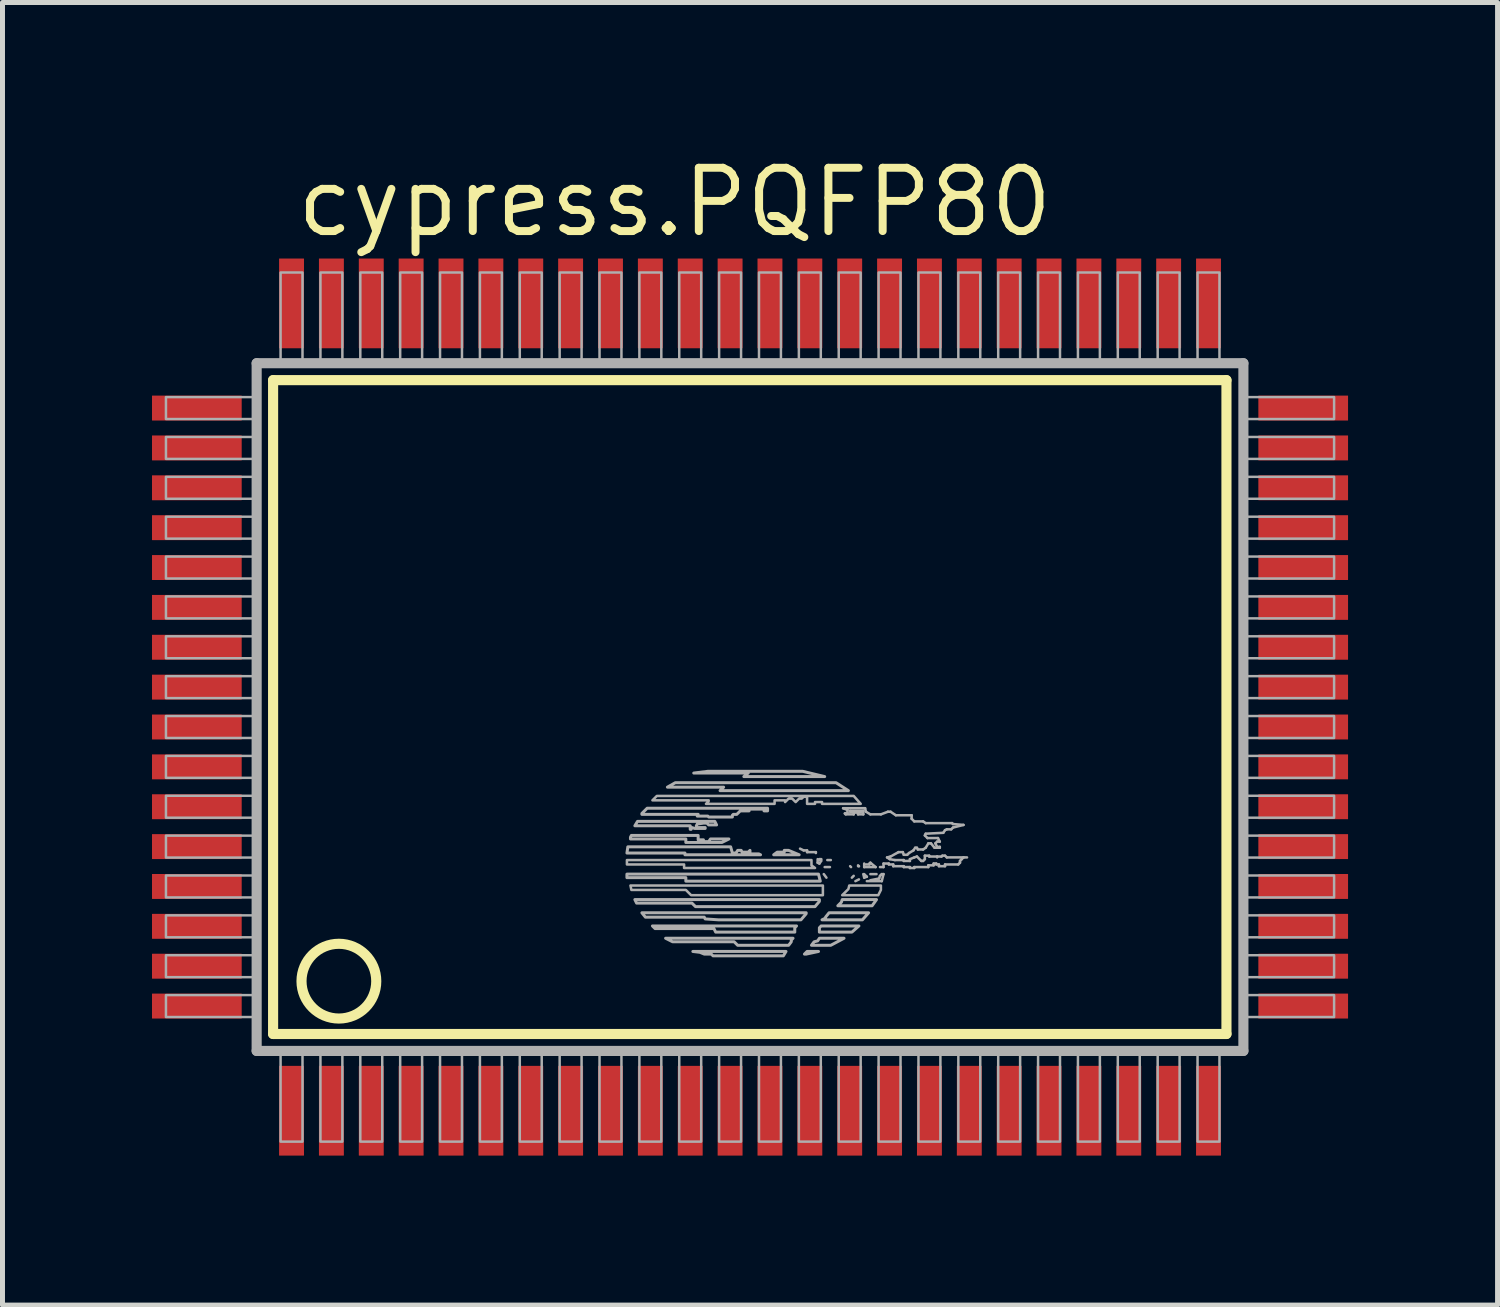
<source format=kicad_pcb>
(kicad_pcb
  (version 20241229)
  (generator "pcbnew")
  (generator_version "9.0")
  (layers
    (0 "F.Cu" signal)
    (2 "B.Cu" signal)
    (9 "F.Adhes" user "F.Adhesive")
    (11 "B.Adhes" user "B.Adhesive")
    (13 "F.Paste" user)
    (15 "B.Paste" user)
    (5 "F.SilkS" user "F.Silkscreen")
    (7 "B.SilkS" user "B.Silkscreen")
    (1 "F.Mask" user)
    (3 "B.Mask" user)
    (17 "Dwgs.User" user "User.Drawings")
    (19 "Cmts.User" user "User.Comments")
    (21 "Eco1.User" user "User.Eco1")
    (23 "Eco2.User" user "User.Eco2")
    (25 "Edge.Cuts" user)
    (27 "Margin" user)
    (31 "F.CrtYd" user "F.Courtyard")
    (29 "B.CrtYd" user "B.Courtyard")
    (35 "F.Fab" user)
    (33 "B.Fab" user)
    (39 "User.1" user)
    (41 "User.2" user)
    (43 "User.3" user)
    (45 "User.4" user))
  (footprint "cypress.PQFP80"
    (layer "F.Cu")
    (at 12 11.138)
    (property "Reference" "cypress.PQFP80" (at -9.176 -9.388 0) (layer "F.SilkS") (effects (font (size 1.27 1.27) (thickness 0.16)) (justify left bottom)))
    (attr smd)
    (fp_line (start -9.57 -6.56) (end 9.56 -6.56) (stroke (width 0.203) (type default)) (layer "F.SilkS"))
    (fp_line (start -9.57 6.56) (end -9.57 -6.56) (stroke (width 0.203) (type default)) (layer "F.SilkS"))
    (fp_line (start 9.56 -6.56) (end 9.56 6.56) (stroke (width 0.203) (type default)) (layer "F.SilkS"))
    (fp_line (start 9.56 6.56) (end -9.57 6.56) (stroke (width 0.203) (type default)) (layer "F.SilkS"))
    (fp_circle (center -8.25 5.5) (end -7.5 5.5) (stroke (width 0.203) (type default)) (fill no) (layer "F.SilkS"))
    (fp_line (start -9.9 -6.9) (end -9.9 6.9) (stroke (width 0.203) (type default)) (layer "F.Fab"))
    (fp_line (start -9.9 6.9) (end 9.9 6.9) (stroke (width 0.203) (type default)) (layer "F.Fab"))
    (fp_line (start 1.075 2.876) (end 1.004 2.841) (stroke (width 0.051) (type default)) (layer "F.Fab"))
    (fp_line (start 1.145 2.876) (end 1.075 2.876) (stroke (width 0.051) (type default)) (layer "F.Fab"))
    (fp_line (start 1.145 2.911) (end 1.145 2.876) (stroke (width 0.051) (type default)) (layer "F.Fab"))
    (fp_line (start 1.321 2.911) (end 1.145 2.911) (stroke (width 0.051) (type default)) (layer "F.Fab"))
    (fp_line (start 1.321 2.929) (end 1.321 2.911) (stroke (width 0.051) (type default)) (layer "F.Fab"))
    (fp_line (start 1.357 3.052) (end 1.357 3.123) (stroke (width 0.051) (type default)) (layer "F.Fab"))
    (fp_line (start 1.357 3.123) (end 1.392 3.14) (stroke (width 0.051) (type default)) (layer "F.Fab"))
    (fp_line (start 1.392 3.052) (end 1.392 3.07) (stroke (width 0.051) (type default)) (layer "F.Fab"))
    (fp_line (start 1.392 3.14) (end 1.427 3.088) (stroke (width 0.051) (type default)) (layer "F.Fab"))
    (fp_line (start 1.427 3.052) (end 1.392 3.052) (stroke (width 0.051) (type default)) (layer "F.Fab"))
    (fp_line (start 1.427 3.088) (end 1.427 3.052) (stroke (width 0.051) (type default)) (layer "F.Fab"))
    (fp_line (start 1.48 3.352) (end 1.533 3.423) (stroke (width 0.051) (type default)) (layer "F.Fab"))
    (fp_line (start 1.498 3.211) (end 1.603 3.211) (stroke (width 0.051) (type default)) (layer "F.Fab"))
    (fp_line (start 1.551 3.07) (end 1.621 3.07) (stroke (width 0.051) (type default)) (layer "F.Fab"))
    (fp_line (start 1.868 2.03) (end 1.956 2.065) (stroke (width 0.051) (type default)) (layer "F.Fab"))
    (fp_line (start 1.903 2.135) (end 1.921 2.153) (stroke (width 0.051) (type default)) (layer "F.Fab"))
    (fp_line (start 1.921 2.153) (end 2.08 2.153) (stroke (width 0.051) (type default)) (layer "F.Fab"))
    (fp_line (start 1.956 2.065) (end 1.956 2.118) (stroke (width 0.051) (type default)) (layer "F.Fab"))
    (fp_line (start 1.956 2.118) (end 1.903 2.135) (stroke (width 0.051) (type default)) (layer "F.Fab"))
    (fp_line (start 2.009 2.083) (end 2.009 2.1) (stroke (width 0.051) (type default)) (layer "F.Fab"))
    (fp_line (start 2.009 2.1) (end 2.238 2.1) (stroke (width 0.051) (type default)) (layer "F.Fab"))
    (fp_line (start 2.009 3.193) (end 2.027 3.211) (stroke (width 0.051) (type default)) (layer "F.Fab"))
    (fp_line (start 2.08 2.118) (end 2.168 2.118) (stroke (width 0.051) (type default)) (layer "F.Fab"))
    (fp_line (start 2.08 2.153) (end 2.08 2.118) (stroke (width 0.051) (type default)) (layer "F.Fab"))
    (fp_line (start 2.08 3.387) (end 2.044 3.423) (stroke (width 0.051) (type default)) (layer "F.Fab"))
    (fp_line (start 2.115 3.493) (end 2.185 3.458) (stroke (width 0.051) (type default)) (layer "F.Fab"))
    (fp_line (start 2.168 2.118) (end 2.168 2.153) (stroke (width 0.051) (type default)) (layer "F.Fab"))
    (fp_line (start 2.168 2.153) (end 2.273 2.153) (stroke (width 0.051) (type default)) (layer "F.Fab"))
    (fp_line (start 2.168 3.176) (end 2.185 3.193) (stroke (width 0.051) (type default)) (layer "F.Fab"))
    (fp_line (start 2.185 3.193) (end 2.168 3.193) (stroke (width 0.051) (type default)) (layer "F.Fab"))
    (fp_line (start 2.273 2.083) (end 2.009 2.083) (stroke (width 0.051) (type default)) (layer "F.Fab"))
    (fp_line (start 2.273 2.153) (end 2.273 2.083) (stroke (width 0.051) (type default)) (layer "F.Fab"))
    (fp_line (start 2.273 3.352) (end 2.291 3.423) (stroke (width 0.051) (type default)) (layer "F.Fab"))
    (fp_line (start 2.291 3.14) (end 2.291 3.211) (stroke (width 0.051) (type default)) (layer "F.Fab"))
    (fp_line (start 2.291 3.211) (end 2.52 3.211) (stroke (width 0.051) (type default)) (layer "F.Fab"))
    (fp_line (start 2.291 3.423) (end 2.344 3.405) (stroke (width 0.051) (type default)) (layer "F.Fab"))
    (fp_line (start 2.309 2.03) (end 1.868 2.03) (stroke (width 0.051) (type default)) (layer "F.Fab"))
    (fp_line (start 2.326 2.1) (end 2.309 2.03) (stroke (width 0.051) (type default)) (layer "F.Fab"))
    (fp_line (start 2.344 3.405) (end 2.291 3.352) (stroke (width 0.051) (type default)) (layer "F.Fab"))
    (fp_line (start 2.344 3.493) (end 2.644 3.493) (stroke (width 0.051) (type default)) (layer "F.Fab"))
    (fp_line (start 2.397 3.14) (end 2.397 3.158) (stroke (width 0.051) (type default)) (layer "F.Fab"))
    (fp_line (start 2.397 3.158) (end 2.326 3.158) (stroke (width 0.051) (type default)) (layer "F.Fab"))
    (fp_line (start 2.415 2.153) (end 2.326 2.1) (stroke (width 0.051) (type default)) (layer "F.Fab"))
    (fp_line (start 2.415 3.123) (end 2.397 3.14) (stroke (width 0.051) (type default)) (layer "F.Fab"))
    (fp_line (start 2.415 3.352) (end 2.538 3.352) (stroke (width 0.051) (type default)) (layer "F.Fab"))
    (fp_line (start 2.52 3.211) (end 2.415 3.123) (stroke (width 0.051) (type default)) (layer "F.Fab"))
    (fp_line (start 2.591 3.44) (end 2.415 3.475) (stroke (width 0.051) (type default)) (layer "F.Fab"))
    (fp_line (start 2.608 3.211) (end 2.679 3.211) (stroke (width 0.051) (type default)) (layer "F.Fab"))
    (fp_line (start 2.608 3.387) (end 2.591 3.44) (stroke (width 0.051) (type default)) (layer "F.Fab"))
    (fp_line (start 2.626 2.153) (end 2.415 2.153) (stroke (width 0.051) (type default)) (layer "F.Fab"))
    (fp_line (start 2.644 3.352) (end 2.608 3.387) (stroke (width 0.051) (type default)) (layer "F.Fab"))
    (fp_line (start 2.644 3.493) (end 2.679 3.352) (stroke (width 0.051) (type default)) (layer "F.Fab"))
    (fp_line (start 2.679 3.14) (end 2.785 3.14) (stroke (width 0.051) (type default)) (layer "F.Fab"))
    (fp_line (start 2.679 3.211) (end 2.679 3.14) (stroke (width 0.051) (type default)) (layer "F.Fab"))
    (fp_line (start 2.679 3.352) (end 2.644 3.352) (stroke (width 0.051) (type default)) (layer "F.Fab"))
    (fp_line (start 2.75 3.017) (end 2.82 2.999) (stroke (width 0.051) (type default)) (layer "F.Fab"))
    (fp_line (start 2.767 2.1) (end 2.626 2.153) (stroke (width 0.051) (type default)) (layer "F.Fab"))
    (fp_line (start 2.785 3.14) (end 2.785 3.158) (stroke (width 0.051) (type default)) (layer "F.Fab"))
    (fp_line (start 2.785 3.158) (end 2.873 3.158) (stroke (width 0.051) (type default)) (layer "F.Fab"))
    (fp_line (start 2.803 3.052) (end 2.75 3.017) (stroke (width 0.051) (type default)) (layer "F.Fab"))
    (fp_line (start 2.82 2.1) (end 2.767 2.1) (stroke (width 0.051) (type default)) (layer "F.Fab"))
    (fp_line (start 2.82 2.999) (end 2.979 2.911) (stroke (width 0.051) (type default)) (layer "F.Fab"))
    (fp_line (start 2.873 3.158) (end 2.873 3.193) (stroke (width 0.051) (type default)) (layer "F.Fab"))
    (fp_line (start 2.873 3.193) (end 3.085 3.193) (stroke (width 0.051) (type default)) (layer "F.Fab"))
    (fp_line (start 2.908 3.07) (end 2.803 3.052) (stroke (width 0.051) (type default)) (layer "F.Fab"))
    (fp_line (start 2.926 2.171) (end 2.82 2.1) (stroke (width 0.051) (type default)) (layer "F.Fab"))
    (fp_line (start 2.979 2.911) (end 3.067 2.911) (stroke (width 0.051) (type default)) (layer "F.Fab"))
    (fp_line (start 3.067 2.911) (end 3.085 2.964) (stroke (width 0.051) (type default)) (layer "F.Fab"))
    (fp_line (start 3.085 2.964) (end 3.155 2.964) (stroke (width 0.051) (type default)) (layer "F.Fab"))
    (fp_line (start 3.085 3.07) (end 2.908 3.07) (stroke (width 0.051) (type default)) (layer "F.Fab"))
    (fp_line (start 3.085 3.088) (end 3.085 3.07) (stroke (width 0.051) (type default)) (layer "F.Fab"))
    (fp_line (start 3.085 3.193) (end 3.085 3.211) (stroke (width 0.051) (type default)) (layer "F.Fab"))
    (fp_line (start 3.085 3.211) (end 3.208 3.211) (stroke (width 0.051) (type default)) (layer "F.Fab"))
    (fp_line (start 3.155 2.964) (end 3.19 2.929) (stroke (width 0.051) (type default)) (layer "F.Fab"))
    (fp_line (start 3.19 2.929) (end 3.279 2.876) (stroke (width 0.051) (type default)) (layer "F.Fab"))
    (fp_line (start 3.208 3.052) (end 3.208 3.088) (stroke (width 0.051) (type default)) (layer "F.Fab"))
    (fp_line (start 3.208 3.088) (end 3.085 3.088) (stroke (width 0.051) (type default)) (layer "F.Fab"))
    (fp_line (start 3.208 3.211) (end 3.208 3.229) (stroke (width 0.051) (type default)) (layer "F.Fab"))
    (fp_line (start 3.208 3.229) (end 3.296 3.229) (stroke (width 0.051) (type default)) (layer "F.Fab"))
    (fp_line (start 3.243 2.171) (end 2.926 2.171) (stroke (width 0.051) (type default)) (layer "F.Fab"))
    (fp_line (start 3.243 2.241) (end 3.243 2.171) (stroke (width 0.051) (type default)) (layer "F.Fab"))
    (fp_line (start 3.279 2.876) (end 3.314 2.823) (stroke (width 0.051) (type default)) (layer "F.Fab"))
    (fp_line (start 3.296 2.294) (end 3.243 2.241) (stroke (width 0.051) (type default)) (layer "F.Fab"))
    (fp_line (start 3.296 3.017) (end 3.208 3.052) (stroke (width 0.051) (type default)) (layer "F.Fab"))
    (fp_line (start 3.296 3.211) (end 3.578 3.211) (stroke (width 0.051) (type default)) (layer "F.Fab"))
    (fp_line (start 3.296 3.229) (end 3.296 3.211) (stroke (width 0.051) (type default)) (layer "F.Fab"))
    (fp_line (start 3.314 2.823) (end 3.349 2.823) (stroke (width 0.051) (type default)) (layer "F.Fab"))
    (fp_line (start 3.349 2.823) (end 3.367 2.858) (stroke (width 0.051) (type default)) (layer "F.Fab"))
    (fp_line (start 3.349 2.999) (end 3.296 3.017) (stroke (width 0.051) (type default)) (layer "F.Fab"))
    (fp_line (start 3.367 2.858) (end 3.473 2.858) (stroke (width 0.051) (type default)) (layer "F.Fab"))
    (fp_line (start 3.437 3.088) (end 3.349 2.999) (stroke (width 0.051) (type default)) (layer "F.Fab"))
    (fp_line (start 3.473 2.294) (end 3.296 2.294) (stroke (width 0.051) (type default)) (layer "F.Fab"))
    (fp_line (start 3.473 2.858) (end 3.525 2.823) (stroke (width 0.051) (type default)) (layer "F.Fab"))
    (fp_line (start 3.473 3.088) (end 3.437 3.088) (stroke (width 0.051) (type default)) (layer "F.Fab"))
    (fp_line (start 3.508 2.576) (end 3.525 2.541) (stroke (width 0.051) (type default)) (layer "F.Fab"))
    (fp_line (start 3.508 2.982) (end 3.508 3.052) (stroke (width 0.051) (type default)) (layer "F.Fab"))
    (fp_line (start 3.508 3.052) (end 3.473 3.088) (stroke (width 0.051) (type default)) (layer "F.Fab"))
    (fp_line (start 3.525 2.329) (end 3.473 2.294) (stroke (width 0.051) (type default)) (layer "F.Fab"))
    (fp_line (start 3.525 2.541) (end 3.878 2.523) (stroke (width 0.051) (type default)) (layer "F.Fab"))
    (fp_line (start 3.525 2.823) (end 3.578 2.735) (stroke (width 0.051) (type default)) (layer "F.Fab"))
    (fp_line (start 3.561 2.629) (end 3.508 2.576) (stroke (width 0.051) (type default)) (layer "F.Fab"))
    (fp_line (start 3.578 2.735) (end 3.631 2.735) (stroke (width 0.051) (type default)) (layer "F.Fab"))
    (fp_line (start 3.578 3.176) (end 3.684 3.176) (stroke (width 0.051) (type default)) (layer "F.Fab"))
    (fp_line (start 3.578 3.211) (end 3.578 3.176) (stroke (width 0.051) (type default)) (layer "F.Fab"))
    (fp_line (start 3.596 2.982) (end 3.508 2.982) (stroke (width 0.051) (type default)) (layer "F.Fab"))
    (fp_line (start 3.596 2.999) (end 3.596 2.982) (stroke (width 0.051) (type default)) (layer "F.Fab"))
    (fp_line (start 3.631 2.735) (end 3.702 2.823) (stroke (width 0.051) (type default)) (layer "F.Fab"))
    (fp_line (start 3.684 3.14) (end 3.737 3.14) (stroke (width 0.051) (type default)) (layer "F.Fab"))
    (fp_line (start 3.684 3.176) (end 3.684 3.14) (stroke (width 0.051) (type default)) (layer "F.Fab"))
    (fp_line (start 3.702 2.823) (end 3.808 2.823) (stroke (width 0.051) (type default)) (layer "F.Fab"))
    (fp_line (start 3.719 2.735) (end 3.755 2.7) (stroke (width 0.051) (type default)) (layer "F.Fab"))
    (fp_line (start 3.737 3.14) (end 3.737 3.158) (stroke (width 0.051) (type default)) (layer "F.Fab"))
    (fp_line (start 3.737 3.158) (end 3.79 3.158) (stroke (width 0.051) (type default)) (layer "F.Fab"))
    (fp_line (start 3.755 2.7) (end 3.808 2.7) (stroke (width 0.051) (type default)) (layer "F.Fab"))
    (fp_line (start 3.755 2.805) (end 3.719 2.735) (stroke (width 0.051) (type default)) (layer "F.Fab"))
    (fp_line (start 3.755 2.999) (end 3.596 2.999) (stroke (width 0.051) (type default)) (layer "F.Fab"))
    (fp_line (start 3.755 3.017) (end 3.755 2.999) (stroke (width 0.051) (type default)) (layer "F.Fab"))
    (fp_line (start 3.772 2.629) (end 3.561 2.629) (stroke (width 0.051) (type default)) (layer "F.Fab"))
    (fp_line (start 3.79 3.158) (end 3.79 3.193) (stroke (width 0.051) (type default)) (layer "F.Fab"))
    (fp_line (start 3.79 3.193) (end 3.913 3.193) (stroke (width 0.051) (type default)) (layer "F.Fab"))
    (fp_line (start 3.808 2.7) (end 3.772 2.629) (stroke (width 0.051) (type default)) (layer "F.Fab"))
    (fp_line (start 3.808 2.805) (end 3.755 2.805) (stroke (width 0.051) (type default)) (layer "F.Fab"))
    (fp_line (start 3.808 2.823) (end 3.808 2.805) (stroke (width 0.051) (type default)) (layer "F.Fab"))
    (fp_line (start 3.843 2.999) (end 3.755 2.999) (stroke (width 0.051) (type default)) (layer "F.Fab"))
    (fp_line (start 3.86 2.982) (end 3.843 2.999) (stroke (width 0.051) (type default)) (layer "F.Fab"))
    (fp_line (start 3.878 2.523) (end 3.913 2.47) (stroke (width 0.051) (type default)) (layer "F.Fab"))
    (fp_line (start 3.913 2.47) (end 3.949 2.453) (stroke (width 0.051) (type default)) (layer "F.Fab"))
    (fp_line (start 3.913 2.982) (end 3.86 2.982) (stroke (width 0.051) (type default)) (layer "F.Fab"))
    (fp_line (start 3.913 3.158) (end 4.178 3.158) (stroke (width 0.051) (type default)) (layer "F.Fab"))
    (fp_line (start 3.913 3.193) (end 3.913 3.158) (stroke (width 0.051) (type default)) (layer "F.Fab"))
    (fp_line (start 3.949 2.453) (end 4.037 2.453) (stroke (width 0.051) (type default)) (layer "F.Fab"))
    (fp_line (start 3.949 3.017) (end 3.913 2.982) (stroke (width 0.051) (type default)) (layer "F.Fab"))
    (fp_line (start 4.037 2.453) (end 4.072 2.418) (stroke (width 0.051) (type default)) (layer "F.Fab"))
    (fp_line (start 4.054 2.329) (end 3.525 2.329) (stroke (width 0.051) (type default)) (layer "F.Fab"))
    (fp_line (start 4.072 2.347) (end 4.054 2.329) (stroke (width 0.051) (type default)) (layer "F.Fab"))
    (fp_line (start 4.072 2.418) (end 4.284 2.365) (stroke (width 0.051) (type default)) (layer "F.Fab"))
    (fp_line (start 4.178 3.158) (end 4.213 3.123) (stroke (width 0.051) (type default)) (layer "F.Fab"))
    (fp_line (start 4.213 3.088) (end 4.248 3.052) (stroke (width 0.051) (type default)) (layer "F.Fab"))
    (fp_line (start 4.213 3.123) (end 4.213 3.088) (stroke (width 0.051) (type default)) (layer "F.Fab"))
    (fp_line (start 4.248 3.052) (end 4.284 3.017) (stroke (width 0.051) (type default)) (layer "F.Fab"))
    (fp_line (start 4.284 2.365) (end 4.072 2.347) (stroke (width 0.051) (type default)) (layer "F.Fab"))
    (fp_line (start 4.284 3.017) (end 3.949 3.017) (stroke (width 0.051) (type default)) (layer "F.Fab"))
    (fp_line (start 4.284 3.017) (end 4.354 3.017) (stroke (width 0.051) (type default)) (layer "F.Fab"))
    (fp_line (start 9.9 -6.9) (end -9.9 -6.9) (stroke (width 0.203) (type default)) (layer "F.Fab"))
    (fp_line (start 9.9 6.9) (end 9.9 -6.9) (stroke (width 0.203) (type default)) (layer "F.Fab"))
    (fp_rect (start -11.72 -5.78) (end -9.95 -6.22) (stroke (width 0.05) (type default)) (fill no) (layer "F.Fab"))
    (fp_rect (start -11.72 -4.98) (end -9.95 -5.42) (stroke (width 0.05) (type default)) (fill no) (layer "F.Fab"))
    (fp_rect (start -11.72 -4.18) (end -9.95 -4.62) (stroke (width 0.05) (type default)) (fill no) (layer "F.Fab"))
    (fp_rect (start -11.72 -3.38) (end -9.95 -3.82) (stroke (width 0.05) (type default)) (fill no) (layer "F.Fab"))
    (fp_rect (start -11.72 -2.58) (end -9.95 -3.02) (stroke (width 0.05) (type default)) (fill no) (layer "F.Fab"))
    (fp_rect (start -11.72 -1.78) (end -9.95 -2.22) (stroke (width 0.05) (type default)) (fill no) (layer "F.Fab"))
    (fp_rect (start -11.72 -0.98) (end -9.95 -1.42) (stroke (width 0.05) (type default)) (fill no) (layer "F.Fab"))
    (fp_rect (start -11.72 -0.18) (end -9.95 -0.62) (stroke (width 0.05) (type default)) (fill no) (layer "F.Fab"))
    (fp_rect (start -11.72 0.62) (end -9.95 0.18) (stroke (width 0.05) (type default)) (fill no) (layer "F.Fab"))
    (fp_rect (start -11.72 1.42) (end -9.95 0.98) (stroke (width 0.05) (type default)) (fill no) (layer "F.Fab"))
    (fp_rect (start -11.72 2.22) (end -9.95 1.78) (stroke (width 0.05) (type default)) (fill no) (layer "F.Fab"))
    (fp_rect (start -11.72 3.02) (end -9.95 2.58) (stroke (width 0.05) (type default)) (fill no) (layer "F.Fab"))
    (fp_rect (start -11.72 3.82) (end -9.95 3.38) (stroke (width 0.05) (type default)) (fill no) (layer "F.Fab"))
    (fp_rect (start -11.72 4.62) (end -9.95 4.18) (stroke (width 0.05) (type default)) (fill no) (layer "F.Fab"))
    (fp_rect (start -11.72 5.42) (end -9.95 4.98) (stroke (width 0.05) (type default)) (fill no) (layer "F.Fab"))
    (fp_rect (start -11.72 6.22) (end -9.95 5.78) (stroke (width 0.05) (type default)) (fill no) (layer "F.Fab"))
    (fp_rect (start -9.42 -6.95) (end -8.98 -8.72) (stroke (width 0.05) (type default)) (fill no) (layer "F.Fab"))
    (fp_rect (start -9.42 8.72) (end -8.98 6.95) (stroke (width 0.05) (type default)) (fill no) (layer "F.Fab"))
    (fp_rect (start -8.62 -6.95) (end -8.18 -8.72) (stroke (width 0.05) (type default)) (fill no) (layer "F.Fab"))
    (fp_rect (start -8.62 8.72) (end -8.18 6.95) (stroke (width 0.05) (type default)) (fill no) (layer "F.Fab"))
    (fp_rect (start -7.82 -6.95) (end -7.38 -8.72) (stroke (width 0.05) (type default)) (fill no) (layer "F.Fab"))
    (fp_rect (start -7.82 8.72) (end -7.38 6.95) (stroke (width 0.05) (type default)) (fill no) (layer "F.Fab"))
    (fp_rect (start -7.02 -6.95) (end -6.58 -8.72) (stroke (width 0.05) (type default)) (fill no) (layer "F.Fab"))
    (fp_rect (start -7.02 8.72) (end -6.58 6.95) (stroke (width 0.05) (type default)) (fill no) (layer "F.Fab"))
    (fp_rect (start -6.22 -6.95) (end -5.78 -8.72) (stroke (width 0.05) (type default)) (fill no) (layer "F.Fab"))
    (fp_rect (start -6.22 8.72) (end -5.78 6.95) (stroke (width 0.05) (type default)) (fill no) (layer "F.Fab"))
    (fp_rect (start -5.42 -6.95) (end -4.98 -8.72) (stroke (width 0.05) (type default)) (fill no) (layer "F.Fab"))
    (fp_rect (start -5.42 8.72) (end -4.98 6.95) (stroke (width 0.05) (type default)) (fill no) (layer "F.Fab"))
    (fp_rect (start -4.62 -6.95) (end -4.18 -8.72) (stroke (width 0.05) (type default)) (fill no) (layer "F.Fab"))
    (fp_rect (start -4.62 8.72) (end -4.18 6.95) (stroke (width 0.05) (type default)) (fill no) (layer "F.Fab"))
    (fp_rect (start -3.82 -6.95) (end -3.38 -8.72) (stroke (width 0.05) (type default)) (fill no) (layer "F.Fab"))
    (fp_rect (start -3.82 8.72) (end -3.38 6.95) (stroke (width 0.05) (type default)) (fill no) (layer "F.Fab"))
    (fp_rect (start -3.02 -6.95) (end -2.58 -8.72) (stroke (width 0.05) (type default)) (fill no) (layer "F.Fab"))
    (fp_rect (start -3.02 8.72) (end -2.58 6.95) (stroke (width 0.05) (type default)) (fill no) (layer "F.Fab"))
    (fp_rect (start -2.22 -6.95) (end -1.78 -8.72) (stroke (width 0.05) (type default)) (fill no) (layer "F.Fab"))
    (fp_rect (start -2.22 8.72) (end -1.78 6.95) (stroke (width 0.05) (type default)) (fill no) (layer "F.Fab"))
    (fp_rect (start -1.42 -6.95) (end -0.98 -8.72) (stroke (width 0.05) (type default)) (fill no) (layer "F.Fab"))
    (fp_rect (start -1.42 8.72) (end -0.98 6.95) (stroke (width 0.05) (type default)) (fill no) (layer "F.Fab"))
    (fp_rect (start -0.62 -6.95) (end -0.18 -8.72) (stroke (width 0.05) (type default)) (fill no) (layer "F.Fab"))
    (fp_rect (start -0.62 8.72) (end -0.18 6.95) (stroke (width 0.05) (type default)) (fill no) (layer "F.Fab"))
    (fp_rect (start 0.18 -6.95) (end 0.62 -8.72) (stroke (width 0.05) (type default)) (fill no) (layer "F.Fab"))
    (fp_rect (start 0.18 8.72) (end 0.62 6.95) (stroke (width 0.05) (type default)) (fill no) (layer "F.Fab"))
    (fp_rect (start 0.98 -6.95) (end 1.42 -8.72) (stroke (width 0.05) (type default)) (fill no) (layer "F.Fab"))
    (fp_rect (start 0.98 8.72) (end 1.42 6.95) (stroke (width 0.05) (type default)) (fill no) (layer "F.Fab"))
    (fp_rect (start 1.78 -6.95) (end 2.22 -8.72) (stroke (width 0.05) (type default)) (fill no) (layer "F.Fab"))
    (fp_rect (start 1.78 8.72) (end 2.22 6.95) (stroke (width 0.05) (type default)) (fill no) (layer "F.Fab"))
    (fp_rect (start 2.58 -6.95) (end 3.02 -8.72) (stroke (width 0.05) (type default)) (fill no) (layer "F.Fab"))
    (fp_rect (start 2.58 8.72) (end 3.02 6.95) (stroke (width 0.05) (type default)) (fill no) (layer "F.Fab"))
    (fp_rect (start 3.38 -6.95) (end 3.82 -8.72) (stroke (width 0.05) (type default)) (fill no) (layer "F.Fab"))
    (fp_rect (start 3.38 8.72) (end 3.82 6.95) (stroke (width 0.05) (type default)) (fill no) (layer "F.Fab"))
    (fp_rect (start 4.18 -6.95) (end 4.62 -8.72) (stroke (width 0.05) (type default)) (fill no) (layer "F.Fab"))
    (fp_rect (start 4.18 8.72) (end 4.62 6.95) (stroke (width 0.05) (type default)) (fill no) (layer "F.Fab"))
    (fp_rect (start 4.98 -6.95) (end 5.42 -8.72) (stroke (width 0.05) (type default)) (fill no) (layer "F.Fab"))
    (fp_rect (start 4.98 8.72) (end 5.42 6.95) (stroke (width 0.05) (type default)) (fill no) (layer "F.Fab"))
    (fp_rect (start 5.78 -6.95) (end 6.22 -8.72) (stroke (width 0.05) (type default)) (fill no) (layer "F.Fab"))
    (fp_rect (start 5.78 8.72) (end 6.22 6.95) (stroke (width 0.05) (type default)) (fill no) (layer "F.Fab"))
    (fp_rect (start 6.58 -6.95) (end 7.02 -8.72) (stroke (width 0.05) (type default)) (fill no) (layer "F.Fab"))
    (fp_rect (start 6.58 8.72) (end 7.02 6.95) (stroke (width 0.05) (type default)) (fill no) (layer "F.Fab"))
    (fp_rect (start 7.38 -6.95) (end 7.82 -8.72) (stroke (width 0.05) (type default)) (fill no) (layer "F.Fab"))
    (fp_rect (start 7.38 8.72) (end 7.82 6.95) (stroke (width 0.05) (type default)) (fill no) (layer "F.Fab"))
    (fp_rect (start 8.18 -6.95) (end 8.62 -8.72) (stroke (width 0.05) (type default)) (fill no) (layer "F.Fab"))
    (fp_rect (start 8.18 8.72) (end 8.62 6.95) (stroke (width 0.05) (type default)) (fill no) (layer "F.Fab"))
    (fp_rect (start 8.98 -6.95) (end 9.42 -8.72) (stroke (width 0.05) (type default)) (fill no) (layer "F.Fab"))
    (fp_rect (start 8.98 8.72) (end 9.42 6.95) (stroke (width 0.05) (type default)) (fill no) (layer "F.Fab"))
    (fp_rect (start 9.95 -5.78) (end 11.72 -6.22) (stroke (width 0.05) (type default)) (fill no) (layer "F.Fab"))
    (fp_rect (start 9.95 -4.98) (end 11.72 -5.42) (stroke (width 0.05) (type default)) (fill no) (layer "F.Fab"))
    (fp_rect (start 9.95 -4.18) (end 11.72 -4.62) (stroke (width 0.05) (type default)) (fill no) (layer "F.Fab"))
    (fp_rect (start 9.95 -3.38) (end 11.72 -3.82) (stroke (width 0.05) (type default)) (fill no) (layer "F.Fab"))
    (fp_rect (start 9.95 -2.58) (end 11.72 -3.02) (stroke (width 0.05) (type default)) (fill no) (layer "F.Fab"))
    (fp_rect (start 9.95 -1.78) (end 11.72 -2.22) (stroke (width 0.05) (type default)) (fill no) (layer "F.Fab"))
    (fp_rect (start 9.95 -0.98) (end 11.72 -1.42) (stroke (width 0.05) (type default)) (fill no) (layer "F.Fab"))
    (fp_rect (start 9.95 -0.18) (end 11.72 -0.62) (stroke (width 0.05) (type default)) (fill no) (layer "F.Fab"))
    (fp_rect (start 9.95 0.62) (end 11.72 0.18) (stroke (width 0.05) (type default)) (fill no) (layer "F.Fab"))
    (fp_rect (start 9.95 1.42) (end 11.72 0.98) (stroke (width 0.05) (type default)) (fill no) (layer "F.Fab"))
    (fp_rect (start 9.95 2.22) (end 11.72 1.78) (stroke (width 0.05) (type default)) (fill no) (layer "F.Fab"))
    (fp_rect (start 9.95 3.02) (end 11.72 2.58) (stroke (width 0.05) (type default)) (fill no) (layer "F.Fab"))
    (fp_rect (start 9.95 3.82) (end 11.72 3.38) (stroke (width 0.05) (type default)) (fill no) (layer "F.Fab"))
    (fp_rect (start 9.95 4.62) (end 11.72 4.18) (stroke (width 0.05) (type default)) (fill no) (layer "F.Fab"))
    (fp_rect (start 9.95 5.42) (end 11.72 4.98) (stroke (width 0.05) (type default)) (fill no) (layer "F.Fab"))
    (fp_rect (start 9.95 6.22) (end 11.72 5.78) (stroke (width 0.05) (type default)) (fill no) (layer "F.Fab"))
    (fp_poly (pts (xy 1.092 4.957) (xy 1.127 4.957) (xy 1.374 4.904) (xy 1.145 4.904)) (stroke (width 0.06) (type default)) (fill no) (layer "F.Fab"))
    (fp_poly (pts (xy 1.392 4.516) (xy 2.044 4.516) (xy 2.185 4.392) (xy 1.427 4.392) (xy 1.392 4.428)) (stroke (width 0.06) (type default)) (fill no) (layer "F.Fab"))
    (fp_poly (pts (xy 1.762 3.987) (xy 2.45 3.987) (xy 2.538 3.863) (xy 1.85 3.863) (xy 1.833 3.916)) (stroke (width 0.06) (type default)) (fill no) (layer "F.Fab"))
    (fp_poly (pts (xy -2.47 3.352) (xy 1.374 3.352) (xy 1.41 3.493) (xy -1.288 3.493) (xy -1.288 3.423) (xy -2.47 3.423)) (stroke (width 0.06) (type default)) (fill no) (layer "F.Fab"))
    (fp_poly (pts (xy 1.233 4.78) (xy 1.621 4.78) (xy 1.886 4.639) (xy 1.392 4.639) (xy 1.357 4.692) (xy 1.286 4.71)) (stroke (width 0.06) (type default)) (fill no) (layer "F.Fab"))
    (fp_poly (pts (xy 1.445 4.269) (xy 2.256 4.269) (xy 2.379 4.128) (xy 1.586 4.128) (xy 1.515 4.216) (xy 1.515 4.234)) (stroke (width 0.06) (type default)) (fill no) (layer "F.Fab"))
    (fp_poly (pts (xy 1.498 1.395) (xy 1.057 1.289) (xy -0.847 1.289) (xy -1.129 1.324) (xy -0.036 1.324) (xy -0.124 1.395)) (stroke (width 0.06) (type default)) (fill no) (layer "F.Fab"))
    (fp_poly (pts (xy 1.85 3.775) (xy 2.573 3.775) (xy 2.626 3.669) (xy 2.626 3.581) (xy 1.991 3.581) (xy 1.974 3.652)) (stroke (width 0.051) (type default)) (fill no) (layer "F.Fab"))
    (fp_poly (pts (xy 1.974 1.677) (xy 1.727 1.518) (xy -1.5 1.518) (xy -1.658 1.607) (xy -0.53 1.607) (xy -0.601 1.677)) (stroke (width 0.06) (type default)) (fill no) (layer "F.Fab"))
    (fp_poly (pts (xy -2.47 3.158) (xy -2.47 3.07) (xy 1.233 3.07) (xy 1.233 3.176) (xy 1.304 3.229) (xy -1.323 3.229) (xy -1.323 3.158)) (stroke (width 0.051) (type default)) (fill no) (layer "F.Fab"))
    (fp_poly (pts (xy -2.399 3.581) (xy 1.462 3.581) (xy 1.462 3.775) (xy -1.182 3.775) (xy -1.27 3.687) (xy -1.288 3.669) (xy -2.381 3.669)) (stroke (width 0.051) (type default)) (fill no) (layer "F.Fab"))
    (fp_poly (pts (xy -2.311 3.863) (xy 1.392 3.863) (xy 1.392 3.899) (xy 1.304 4.004) (xy -1.094 4.004) (xy -1.165 3.934) (xy -2.276 3.934)) (stroke (width 0.06) (type default)) (fill no) (layer "F.Fab"))
    (fp_poly (pts (xy -1.958 4.392) (xy 0.933 4.392) (xy 0.898 4.428) (xy 0.898 4.516) (xy -0.689 4.516) (xy -0.724 4.445) (xy -1.905 4.445)) (stroke (width 0.06) (type default)) (fill no) (layer "F.Fab"))
    (fp_poly (pts (xy -1.147 4.904) (xy 0.722 4.904) (xy 0.669 4.992) (xy -0.742 4.992) (xy -0.777 4.957) (xy -0.918 4.957) (xy -1.006 4.921)) (stroke (width 0.06) (type default)) (fill no) (layer "F.Fab"))
    (fp_poly (pts (xy -2.17 4.128) (xy 1.127 4.128) (xy 1.127 4.146) (xy 1.022 4.269) (xy -0.636 4.269) (xy -0.9 4.251) (xy -0.918 4.216) (xy -2.099 4.216)) (stroke (width 0.06) (type default)) (fill no) (layer "F.Fab"))
    (fp_poly (pts (xy -1.694 4.639) (xy 0.863 4.639) (xy 0.828 4.675) (xy 0.828 4.71) (xy 0.775 4.78) (xy -0.248 4.78) (xy -0.318 4.71) (xy -1.553 4.71)) (stroke (width 0.06) (type default)) (fill no) (layer "F.Fab"))
    (fp_poly (pts (xy -0.424 2.647) (xy -0.794 2.647) (xy -0.83 2.7) (xy -0.935 2.7) (xy -0.935 2.664) (xy -1.041 2.664) (xy -1.041 2.576) (xy -2.381 2.576) (xy -2.399 2.611) (xy -2.399 2.647) (xy -1.288 2.647) (xy -1.288 2.717) (xy -0.565 2.717)) (stroke (width 0.06) (type default)) (fill no) (layer "F.Fab"))
    (fp_poly (pts (xy -0.671 2.365) (xy -0.83 2.365) (xy -0.865 2.329) (xy -0.935 2.329) (xy -1.059 2.347) (xy -1.077 2.382) (xy -1.077 2.418) (xy -0.9 2.418) (xy -0.9 2.435) (xy -1.112 2.435) (xy -1.165 2.418) (xy -1.182 2.453) (xy -1.2 2.453) (xy -1.2 2.382) (xy -2.311 2.382) (xy -2.258 2.294) (xy -0.706 2.294)) (stroke (width 0.06) (type default)) (fill no) (layer "F.Fab"))
    (fp_poly (pts (xy 0.352 2.083) (xy 0.352 2.03) (xy -2.064 2.03) (xy -2.17 2.135) (xy -2.17 2.153) (xy -1.041 2.153) (xy -1.059 2.188) (xy -0.847 2.188) (xy -0.83 2.206) (xy -0.354 2.206) (xy -0.354 2.171) (xy -0.336 2.153) (xy -0.266 2.153) (xy -0.195 2.083) (xy -0.019 2.083) (xy -0.019 2.065) (xy -0.001 2.047) (xy 0.281 2.047) (xy 0.281 2.083)) (stroke (width 0.06) (type default)) (fill no) (layer "F.Fab"))
    (fp_poly (pts (xy -2.452 2.805) (xy -0.389 2.805) (xy -0.354 2.929) (xy -0.283 2.929) (xy -0.248 2.876) (xy -0.177 2.876) (xy -0.16 2.911) (xy -0.036 2.911) (xy -0.001 2.876) (xy -0.001 2.946) (xy 0.175 2.946) (xy 0.211 2.964) (xy 0.475 2.964) (xy 0.546 2.911) (xy 0.687 2.911) (xy 0.687 2.876) (xy 0.775 2.876) (xy 0.986 2.964) (xy -1.306 2.964) (xy -1.306 2.929) (xy -2.47 2.929)) (stroke (width 0.06) (type default)) (fill no) (layer "F.Fab"))
    (fp_poly (pts (xy 2.221 1.942) (xy 2.08 1.783) (xy -1.87 1.783) (xy -1.958 1.871) (xy -0.83 1.871) (xy -0.83 1.889) (xy -0.883 1.942) (xy 0.493 1.942) (xy 0.493 1.871) (xy 0.704 1.871) (xy 0.704 1.906) (xy 0.775 1.836) (xy 0.845 1.836) (xy 0.916 1.906) (xy 0.986 1.836) (xy 1.039 1.836) (xy 1.075 1.8) (xy 1.145 1.8) (xy 1.145 1.942) (xy 1.304 1.942) (xy 1.304 1.906) (xy 1.445 1.906) (xy 1.445 1.942)) (stroke (width 0.051) (type default)) (fill no) (layer "F.Fab"))
    (pad "1" smd roundrect (at -9.2 8.1) (size 0.5 1.8) (layers "F.Cu" "F.Mask" "F.Paste") (roundrect_rratio 0.01))
    (pad "2" smd roundrect (at -8.4 8.1) (size 0.5 1.8) (layers "F.Cu" "F.Mask" "F.Paste") (roundrect_rratio 0.01))
    (pad "3" smd roundrect (at -7.6 8.1) (size 0.5 1.8) (layers "F.Cu" "F.Mask" "F.Paste") (roundrect_rratio 0.01))
    (pad "4" smd roundrect (at -6.8 8.1) (size 0.5 1.8) (layers "F.Cu" "F.Mask" "F.Paste") (roundrect_rratio 0.01))
    (pad "5" smd roundrect (at -6 8.1) (size 0.5 1.8) (layers "F.Cu" "F.Mask" "F.Paste") (roundrect_rratio 0.01))
    (pad "6" smd roundrect (at -5.2 8.1) (size 0.5 1.8) (layers "F.Cu" "F.Mask" "F.Paste") (roundrect_rratio 0.01))
    (pad "7" smd roundrect (at -4.4 8.1) (size 0.5 1.8) (layers "F.Cu" "F.Mask" "F.Paste") (roundrect_rratio 0.01))
    (pad "8" smd roundrect (at -3.6 8.1) (size 0.5 1.8) (layers "F.Cu" "F.Mask" "F.Paste") (roundrect_rratio 0.01))
    (pad "9" smd roundrect (at -2.8 8.1) (size 0.5 1.8) (layers "F.Cu" "F.Mask" "F.Paste") (roundrect_rratio 0.01))
    (pad "10" smd roundrect (at -2 8.1) (size 0.5 1.8) (layers "F.Cu" "F.Mask" "F.Paste") (roundrect_rratio 0.01))
    (pad "11" smd roundrect (at -1.2 8.1) (size 0.5 1.8) (layers "F.Cu" "F.Mask" "F.Paste") (roundrect_rratio 0.01))
    (pad "12" smd roundrect (at -0.4 8.1) (size 0.5 1.8) (layers "F.Cu" "F.Mask" "F.Paste") (roundrect_rratio 0.01))
    (pad "13" smd roundrect (at 0.4 8.1) (size 0.5 1.8) (layers "F.Cu" "F.Mask" "F.Paste") (roundrect_rratio 0.01))
    (pad "14" smd roundrect (at 1.2 8.1) (size 0.5 1.8) (layers "F.Cu" "F.Mask" "F.Paste") (roundrect_rratio 0.01))
    (pad "15" smd roundrect (at 2 8.1) (size 0.5 1.8) (layers "F.Cu" "F.Mask" "F.Paste") (roundrect_rratio 0.01))
    (pad "16" smd roundrect (at 2.8 8.1) (size 0.5 1.8) (layers "F.Cu" "F.Mask" "F.Paste") (roundrect_rratio 0.01))
    (pad "17" smd roundrect (at 3.6 8.1) (size 0.5 1.8) (layers "F.Cu" "F.Mask" "F.Paste") (roundrect_rratio 0.01))
    (pad "18" smd roundrect (at 4.4 8.1) (size 0.5 1.8) (layers "F.Cu" "F.Mask" "F.Paste") (roundrect_rratio 0.01))
    (pad "19" smd roundrect (at 5.2 8.1) (size 0.5 1.8) (layers "F.Cu" "F.Mask" "F.Paste") (roundrect_rratio 0.01))
    (pad "20" smd roundrect (at 6 8.1) (size 0.5 1.8) (layers "F.Cu" "F.Mask" "F.Paste") (roundrect_rratio 0.01))
    (pad "21" smd roundrect (at 6.8 8.1) (size 0.5 1.8) (layers "F.Cu" "F.Mask" "F.Paste") (roundrect_rratio 0.01))
    (pad "22" smd roundrect (at 7.6 8.1) (size 0.5 1.8) (layers "F.Cu" "F.Mask" "F.Paste") (roundrect_rratio 0.01))
    (pad "23" smd roundrect (at 8.4 8.1) (size 0.5 1.8) (layers "F.Cu" "F.Mask" "F.Paste") (roundrect_rratio 0.01))
    (pad "24" smd roundrect (at 9.2 8.1) (size 0.5 1.8) (layers "F.Cu" "F.Mask" "F.Paste") (roundrect_rratio 0.01))
    (pad "25" smd roundrect (at 11.1 6) (size 1.8 0.5) (layers "F.Cu" "F.Mask" "F.Paste") (roundrect_rratio 0.01))
    (pad "26" smd roundrect (at 11.1 5.2) (size 1.8 0.5) (layers "F.Cu" "F.Mask" "F.Paste") (roundrect_rratio 0.01))
    (pad "27" smd roundrect (at 11.1 4.4) (size 1.8 0.5) (layers "F.Cu" "F.Mask" "F.Paste") (roundrect_rratio 0.01))
    (pad "28" smd roundrect (at 11.1 3.6) (size 1.8 0.5) (layers "F.Cu" "F.Mask" "F.Paste") (roundrect_rratio 0.01))
    (pad "29" smd roundrect (at 11.1 2.8) (size 1.8 0.5) (layers "F.Cu" "F.Mask" "F.Paste") (roundrect_rratio 0.01))
    (pad "30" smd roundrect (at 11.1 2) (size 1.8 0.5) (layers "F.Cu" "F.Mask" "F.Paste") (roundrect_rratio 0.01))
    (pad "31" smd roundrect (at 11.1 1.2) (size 1.8 0.5) (layers "F.Cu" "F.Mask" "F.Paste") (roundrect_rratio 0.01))
    (pad "32" smd roundrect (at 11.1 0.4) (size 1.8 0.5) (layers "F.Cu" "F.Mask" "F.Paste") (roundrect_rratio 0.01))
    (pad "33" smd roundrect (at 11.1 -0.4) (size 1.8 0.5) (layers "F.Cu" "F.Mask" "F.Paste") (roundrect_rratio 0.01))
    (pad "34" smd roundrect (at 11.1 -1.2) (size 1.8 0.5) (layers "F.Cu" "F.Mask" "F.Paste") (roundrect_rratio 0.01))
    (pad "35" smd roundrect (at 11.1 -2) (size 1.8 0.5) (layers "F.Cu" "F.Mask" "F.Paste") (roundrect_rratio 0.01))
    (pad "36" smd roundrect (at 11.1 -2.8) (size 1.8 0.5) (layers "F.Cu" "F.Mask" "F.Paste") (roundrect_rratio 0.01))
    (pad "37" smd roundrect (at 11.1 -3.6) (size 1.8 0.5) (layers "F.Cu" "F.Mask" "F.Paste") (roundrect_rratio 0.01))
    (pad "38" smd roundrect (at 11.1 -4.4) (size 1.8 0.5) (layers "F.Cu" "F.Mask" "F.Paste") (roundrect_rratio 0.01))
    (pad "39" smd roundrect (at 11.1 -5.2) (size 1.8 0.5) (layers "F.Cu" "F.Mask" "F.Paste") (roundrect_rratio 0.01))
    (pad "40" smd roundrect (at 11.1 -6) (size 1.8 0.5) (layers "F.Cu" "F.Mask" "F.Paste") (roundrect_rratio 0.01))
    (pad "41" smd roundrect (at 9.2 -8.1) (size 0.5 1.8) (layers "F.Cu" "F.Mask" "F.Paste") (roundrect_rratio 0.01))
    (pad "42" smd roundrect (at 8.4 -8.1) (size 0.5 1.8) (layers "F.Cu" "F.Mask" "F.Paste") (roundrect_rratio 0.01))
    (pad "43" smd roundrect (at 7.6 -8.1) (size 0.5 1.8) (layers "F.Cu" "F.Mask" "F.Paste") (roundrect_rratio 0.01))
    (pad "44" smd roundrect (at 6.8 -8.1) (size 0.5 1.8) (layers "F.Cu" "F.Mask" "F.Paste") (roundrect_rratio 0.01))
    (pad "45" smd roundrect (at 6 -8.1) (size 0.5 1.8) (layers "F.Cu" "F.Mask" "F.Paste") (roundrect_rratio 0.01))
    (pad "46" smd roundrect (at 5.2 -8.1) (size 0.5 1.8) (layers "F.Cu" "F.Mask" "F.Paste") (roundrect_rratio 0.01))
    (pad "47" smd roundrect (at 4.4 -8.1) (size 0.5 1.8) (layers "F.Cu" "F.Mask" "F.Paste") (roundrect_rratio 0.01))
    (pad "48" smd roundrect (at 3.6 -8.1) (size 0.5 1.8) (layers "F.Cu" "F.Mask" "F.Paste") (roundrect_rratio 0.01))
    (pad "49" smd roundrect (at 2.8 -8.1) (size 0.5 1.8) (layers "F.Cu" "F.Mask" "F.Paste") (roundrect_rratio 0.01))
    (pad "50" smd roundrect (at 2 -8.1) (size 0.5 1.8) (layers "F.Cu" "F.Mask" "F.Paste") (roundrect_rratio 0.01))
    (pad "51" smd roundrect (at 1.2 -8.1) (size 0.5 1.8) (layers "F.Cu" "F.Mask" "F.Paste") (roundrect_rratio 0.01))
    (pad "52" smd roundrect (at 0.4 -8.1) (size 0.5 1.8) (layers "F.Cu" "F.Mask" "F.Paste") (roundrect_rratio 0.01))
    (pad "53" smd roundrect (at -0.4 -8.1) (size 0.5 1.8) (layers "F.Cu" "F.Mask" "F.Paste") (roundrect_rratio 0.01))
    (pad "54" smd roundrect (at -1.2 -8.1) (size 0.5 1.8) (layers "F.Cu" "F.Mask" "F.Paste") (roundrect_rratio 0.01))
    (pad "55" smd roundrect (at -2 -8.1) (size 0.5 1.8) (layers "F.Cu" "F.Mask" "F.Paste") (roundrect_rratio 0.01))
    (pad "56" smd roundrect (at -2.8 -8.1) (size 0.5 1.8) (layers "F.Cu" "F.Mask" "F.Paste") (roundrect_rratio 0.01))
    (pad "57" smd roundrect (at -3.6 -8.1) (size 0.5 1.8) (layers "F.Cu" "F.Mask" "F.Paste") (roundrect_rratio 0.01))
    (pad "58" smd roundrect (at -4.4 -8.1) (size 0.5 1.8) (layers "F.Cu" "F.Mask" "F.Paste") (roundrect_rratio 0.01))
    (pad "59" smd roundrect (at -5.2 -8.1) (size 0.5 1.8) (layers "F.Cu" "F.Mask" "F.Paste") (roundrect_rratio 0.01))
    (pad "60" smd roundrect (at -6 -8.1) (size 0.5 1.8) (layers "F.Cu" "F.Mask" "F.Paste") (roundrect_rratio 0.01))
    (pad "61" smd roundrect (at -6.8 -8.1) (size 0.5 1.8) (layers "F.Cu" "F.Mask" "F.Paste") (roundrect_rratio 0.01))
    (pad "62" smd roundrect (at -7.6 -8.1) (size 0.5 1.8) (layers "F.Cu" "F.Mask" "F.Paste") (roundrect_rratio 0.01))
    (pad "63" smd roundrect (at -8.4 -8.1) (size 0.5 1.8) (layers "F.Cu" "F.Mask" "F.Paste") (roundrect_rratio 0.01))
    (pad "64" smd roundrect (at -9.2 -8.1) (size 0.5 1.8) (layers "F.Cu" "F.Mask" "F.Paste") (roundrect_rratio 0.01))
    (pad "65" smd roundrect (at -11.1 -6) (size 1.8 0.5) (layers "F.Cu" "F.Mask" "F.Paste") (roundrect_rratio 0.01))
    (pad "66" smd roundrect (at -11.1 -5.2) (size 1.8 0.5) (layers "F.Cu" "F.Mask" "F.Paste") (roundrect_rratio 0.01))
    (pad "67" smd roundrect (at -11.1 -4.4) (size 1.8 0.5) (layers "F.Cu" "F.Mask" "F.Paste") (roundrect_rratio 0.01))
    (pad "68" smd roundrect (at -11.1 -3.6) (size 1.8 0.5) (layers "F.Cu" "F.Mask" "F.Paste") (roundrect_rratio 0.01))
    (pad "69" smd roundrect (at -11.1 -2.8) (size 1.8 0.5) (layers "F.Cu" "F.Mask" "F.Paste") (roundrect_rratio 0.01))
    (pad "70" smd roundrect (at -11.1 -2) (size 1.8 0.5) (layers "F.Cu" "F.Mask" "F.Paste") (roundrect_rratio 0.01))
    (pad "71" smd roundrect (at -11.1 -1.2) (size 1.8 0.5) (layers "F.Cu" "F.Mask" "F.Paste") (roundrect_rratio 0.01))
    (pad "72" smd roundrect (at -11.1 -0.4) (size 1.8 0.5) (layers "F.Cu" "F.Mask" "F.Paste") (roundrect_rratio 0.01))
    (pad "73" smd roundrect (at -11.1 0.4) (size 1.8 0.5) (layers "F.Cu" "F.Mask" "F.Paste") (roundrect_rratio 0.01))
    (pad "74" smd roundrect (at -11.1 1.2) (size 1.8 0.5) (layers "F.Cu" "F.Mask" "F.Paste") (roundrect_rratio 0.01))
    (pad "75" smd roundrect (at -11.1 2) (size 1.8 0.5) (layers "F.Cu" "F.Mask" "F.Paste") (roundrect_rratio 0.01))
    (pad "76" smd roundrect (at -11.1 2.8) (size 1.8 0.5) (layers "F.Cu" "F.Mask" "F.Paste") (roundrect_rratio 0.01))
    (pad "77" smd roundrect (at -11.1 3.6) (size 1.8 0.5) (layers "F.Cu" "F.Mask" "F.Paste") (roundrect_rratio 0.01))
    (pad "78" smd roundrect (at -11.1 4.4) (size 1.8 0.5) (layers "F.Cu" "F.Mask" "F.Paste") (roundrect_rratio 0.01))
    (pad "79" smd roundrect (at -11.1 5.2) (size 1.8 0.5) (layers "F.Cu" "F.Mask" "F.Paste") (roundrect_rratio 0.01))
    (pad "80" smd roundrect (at -11.1 6) (size 1.8 0.5) (layers "F.Cu" "F.Mask" "F.Paste") (roundrect_rratio 0.01)))
  (gr_rect
    (start -3 -3)
    (end 27 23.138)
    (stroke (width 0.1) (type default))
    (fill no)
    (layer "Edge.Cuts")))
</source>
